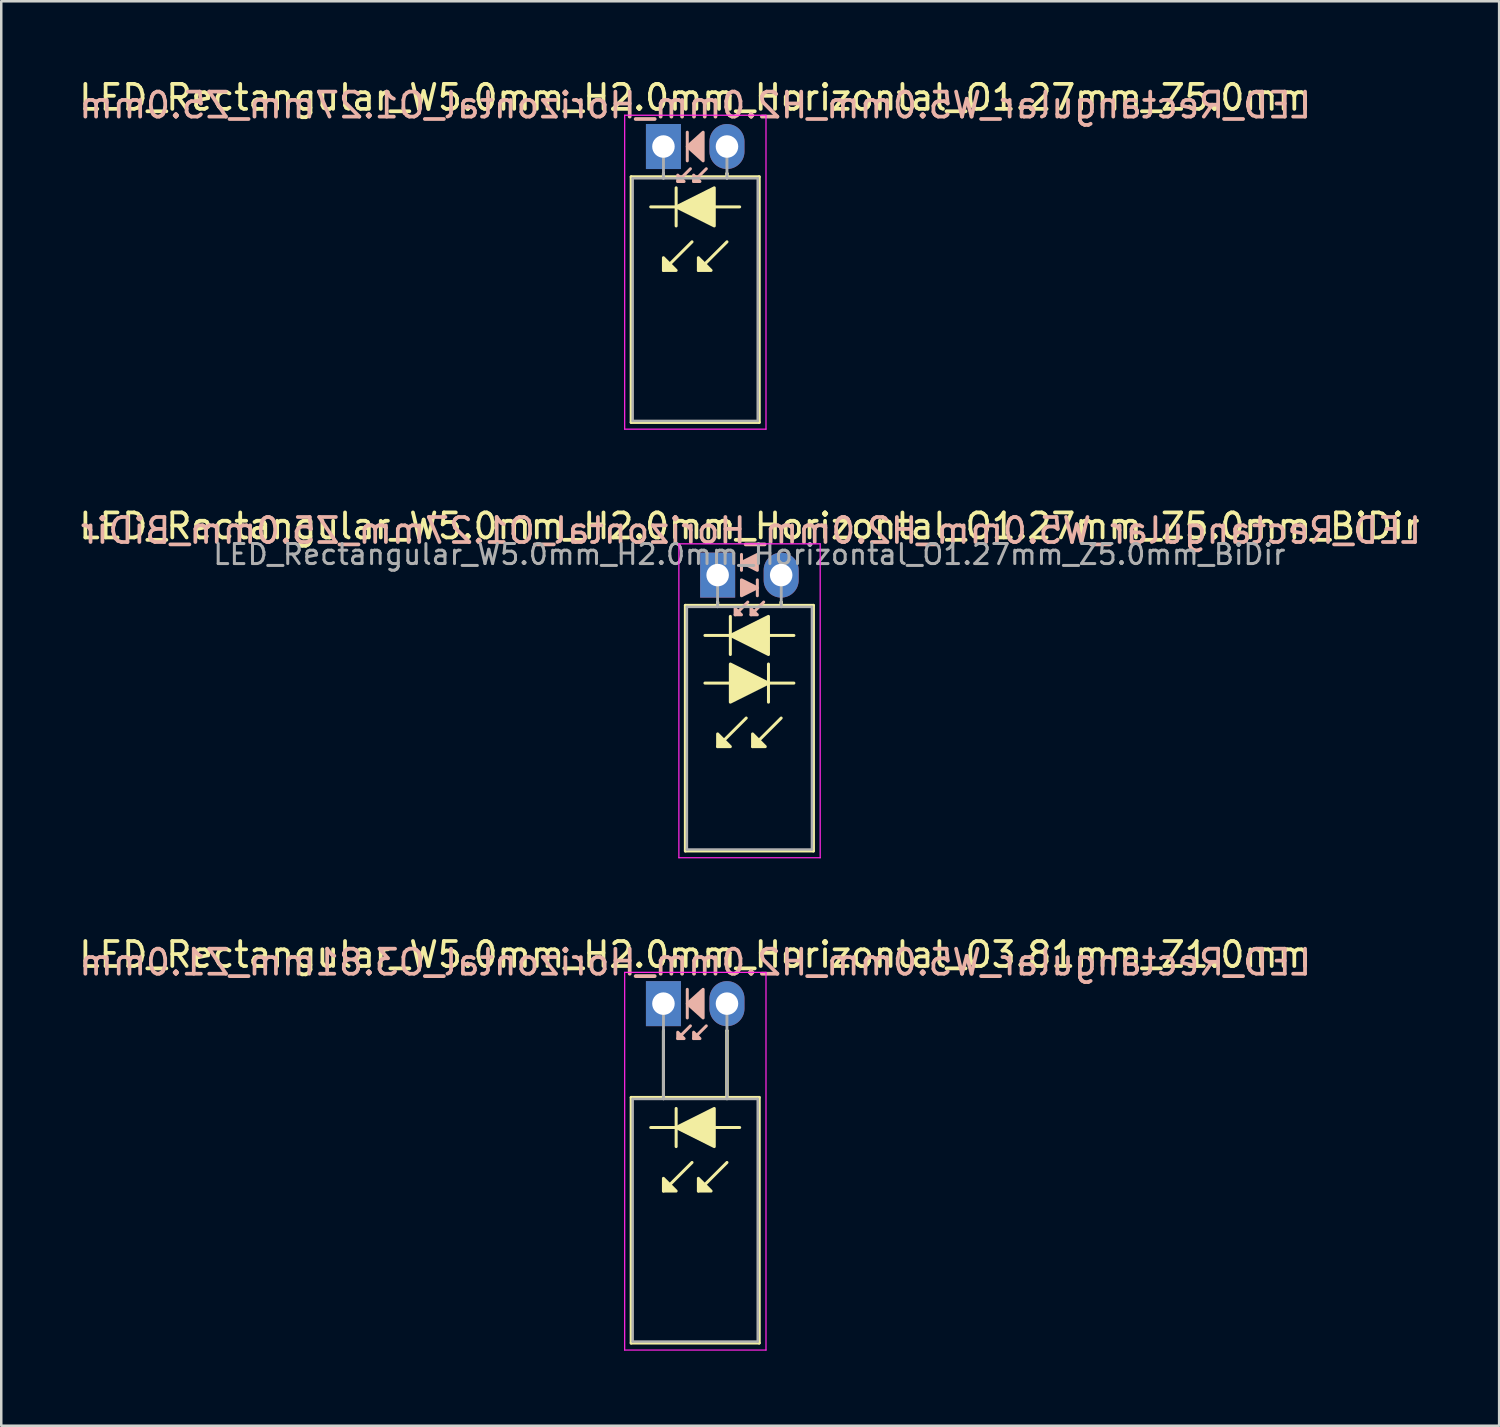
<source format=kicad_pcb>
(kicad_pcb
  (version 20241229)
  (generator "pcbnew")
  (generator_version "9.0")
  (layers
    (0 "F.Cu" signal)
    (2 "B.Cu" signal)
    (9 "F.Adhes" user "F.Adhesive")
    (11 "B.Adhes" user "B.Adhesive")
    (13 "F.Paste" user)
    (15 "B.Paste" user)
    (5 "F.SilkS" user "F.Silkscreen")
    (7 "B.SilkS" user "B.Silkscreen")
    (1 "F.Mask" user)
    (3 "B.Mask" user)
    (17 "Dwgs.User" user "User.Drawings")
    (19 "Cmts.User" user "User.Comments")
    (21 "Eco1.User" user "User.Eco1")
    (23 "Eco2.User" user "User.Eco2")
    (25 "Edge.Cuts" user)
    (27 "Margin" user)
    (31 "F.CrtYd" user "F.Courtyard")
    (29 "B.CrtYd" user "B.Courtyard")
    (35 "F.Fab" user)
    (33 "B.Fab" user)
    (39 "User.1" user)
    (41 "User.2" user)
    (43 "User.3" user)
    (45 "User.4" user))
  (footprint "LED_Rectangular_W5.0mm_H2.0mm_Horizontal_O1.27mm_Z5.0mm"
    (layer "F.Cu")
    (at 23.474 2.808)
    (property "Reference" "LED_Rectangular_W5.0mm_H2.0mm_Horizontal_O1.27mm_Z5.0mm" (at 1.27 -1.96 0) (layer "F.SilkS") (effects (font (size 1 1) (thickness 0.15))))
    (fp_line (start -1.29 1.21) (end -1.29 11.03) (stroke (width 0.12) (type solid)) (layer "F.SilkS"))
    (fp_line (start -1.29 11.03) (end 3.83 11.03) (stroke (width 0.12) (type solid)) (layer "F.SilkS"))
    (fp_line (start 0 1.08) (end 0 1.08) (stroke (width 0.12) (type solid)) (layer "F.SilkS"))
    (fp_line (start 0 1.08) (end 0 1.21) (stroke (width 0.12) (type solid)) (layer "F.SilkS"))
    (fp_line (start 0 1.21) (end 0 1.08) (stroke (width 0.12) (type solid)) (layer "F.SilkS"))
    (fp_line (start 0 1.21) (end 0 1.21) (stroke (width 0.12) (type solid)) (layer "F.SilkS"))
    (fp_line (start 0.508 1.651) (end 0.508 3.175) (stroke (width 0.12) (type solid)) (layer "F.SilkS"))
    (fp_line (start 0.508 2.413) (end -0.508 2.413) (stroke (width 0.12) (type solid)) (layer "F.SilkS"))
    (fp_line (start 1.143 3.81) (end 0 4.953) (stroke (width 0.12) (type solid)) (layer "F.SilkS"))
    (fp_line (start 2.54 1.08) (end 2.54 1.08) (stroke (width 0.12) (type solid)) (layer "F.SilkS"))
    (fp_line (start 2.54 1.08) (end 2.54 1.21) (stroke (width 0.12) (type solid)) (layer "F.SilkS"))
    (fp_line (start 2.54 1.21) (end 2.54 1.08) (stroke (width 0.12) (type solid)) (layer "F.SilkS"))
    (fp_line (start 2.54 1.21) (end 2.54 1.21) (stroke (width 0.12) (type solid)) (layer "F.SilkS"))
    (fp_line (start 2.54 3.81) (end 1.397 4.953) (stroke (width 0.12) (type solid)) (layer "F.SilkS"))
    (fp_line (start 3.048 2.413) (end 2.032 2.413) (stroke (width 0.12) (type solid)) (layer "F.SilkS"))
    (fp_line (start 3.83 1.21) (end -1.29 1.21) (stroke (width 0.12) (type solid)) (layer "F.SilkS"))
    (fp_line (start 3.83 11.03) (end 3.83 1.21) (stroke (width 0.12) (type solid)) (layer "F.SilkS"))
    (fp_poly (pts (xy 0 4.445) (xy 0.508 4.953) (xy 0 4.953)) (stroke (width 0.12) (type solid)) (fill yes) (layer "F.SilkS"))
    (fp_poly (pts (xy 1.397 4.445) (xy 1.905 4.953) (xy 1.397 4.953)) (stroke (width 0.12) (type solid)) (fill yes) (layer "F.SilkS"))
    (fp_poly (pts (xy 2.032 3.175) (xy 0.508 2.413) (xy 2.032 1.651)) (stroke (width 0.12) (type solid)) (fill yes) (layer "F.SilkS"))
    (fp_line (start 0.953 -0.572) (end 0.953 0.572) (stroke (width 0.12) (type solid)) (layer "B.SilkS"))
    (fp_line (start 1.079 0.889) (end 0.572 1.397) (stroke (width 0.12) (type solid)) (layer "B.SilkS"))
    (fp_line (start 1.714 0.889) (end 1.206 1.397) (stroke (width 0.12) (type solid)) (layer "B.SilkS"))
    (fp_poly (pts (xy 0.572 1.143) (xy 0.826 1.397) (xy 0.572 1.397)) (stroke (width 0.12) (type solid)) (fill yes) (layer "B.SilkS"))
    (fp_poly (pts (xy 1.206 1.143) (xy 1.46 1.397) (xy 1.206 1.397)) (stroke (width 0.12) (type solid)) (fill yes) (layer "B.SilkS"))
    (fp_poly (pts (xy 1.587 0.572) (xy 0.953 0) (xy 1.587 -0.572)) (stroke (width 0.12) (type solid)) (fill yes) (layer "B.SilkS"))
    (fp_line (start -1.55 -1.25) (end -1.55 11.3) (stroke (width 0.05) (type solid)) (layer "F.CrtYd"))
    (fp_line (start -1.55 11.3) (end 4.1 11.3) (stroke (width 0.05) (type solid)) (layer "F.CrtYd"))
    (fp_line (start 4.1 -1.25) (end -1.55 -1.25) (stroke (width 0.05) (type solid)) (layer "F.CrtYd"))
    (fp_line (start 4.1 11.3) (end 4.1 -1.25) (stroke (width 0.05) (type solid)) (layer "F.CrtYd"))
    (fp_line (start -1.23 1.27) (end -1.23 10.97) (stroke (width 0.1) (type solid)) (layer "F.Fab"))
    (fp_line (start -1.23 10.97) (end 3.77 10.97) (stroke (width 0.1) (type solid)) (layer "F.Fab"))
    (fp_line (start 0 0) (end 0 0) (stroke (width 0.1) (type solid)) (layer "F.Fab"))
    (fp_line (start 0 0) (end 0 1.27) (stroke (width 0.1) (type solid)) (layer "F.Fab"))
    (fp_line (start 0 1.27) (end 0 0) (stroke (width 0.1) (type solid)) (layer "F.Fab"))
    (fp_line (start 0 1.27) (end 0 1.27) (stroke (width 0.1) (type solid)) (layer "F.Fab"))
    (fp_line (start 2.54 0) (end 2.54 0) (stroke (width 0.1) (type solid)) (layer "F.Fab"))
    (fp_line (start 2.54 0) (end 2.54 1.27) (stroke (width 0.1) (type solid)) (layer "F.Fab"))
    (fp_line (start 2.54 1.27) (end 2.54 0) (stroke (width 0.1) (type solid)) (layer "F.Fab"))
    (fp_line (start 2.54 1.27) (end 2.54 1.27) (stroke (width 0.1) (type solid)) (layer "F.Fab"))
    (fp_line (start 3.77 1.27) (end -1.23 1.27) (stroke (width 0.1) (type solid)) (layer "F.Fab"))
    (fp_line (start 3.77 10.97) (end 3.77 1.27) (stroke (width 0.1) (type solid)) (layer "F.Fab"))
    (fp_text user "${REFERENCE}" (at 1.27 -1.651 0) (layer "B.SilkS") (effects (font (size 1 1) (thickness 0.15)) (justify mirror)))
    (pad "1" thru_hole rect (at 0 0) (size 1.4 1.8) (drill 0.9) (layers "*.Cu" "*.Mask"))
    (pad "2" thru_hole oval (at 2.54 0) (size 1.4 1.8) (drill 0.9) (layers "*.Cu" "*.Mask")))
  (footprint "LED_Rectangular_W5.0mm_H2.0mm_Horizontal_O1.27mm_Z5.0mm_BiDir"
    (layer "F.Cu")
    (at 25.641 19.942)
    (property "Reference" "LED_Rectangular_W5.0mm_H2.0mm_Horizontal_O1.27mm_Z5.0mm_BiDir" (at 1.27 -1.96 0) (layer "F.SilkS") (effects (font (size 1 1) (thickness 0.15))))
    (fp_line (start -1.29 1.21) (end -1.29 11.03) (stroke (width 0.12) (type solid)) (layer "F.SilkS"))
    (fp_line (start -1.29 11.03) (end 3.83 11.03) (stroke (width 0.12) (type solid)) (layer "F.SilkS"))
    (fp_line (start -0.508 4.318) (end 0.508 4.318) (stroke (width 0.12) (type solid)) (layer "F.SilkS"))
    (fp_line (start 0 1.08) (end 0 1.08) (stroke (width 0.12) (type solid)) (layer "F.SilkS"))
    (fp_line (start 0 1.08) (end 0 1.21) (stroke (width 0.12) (type solid)) (layer "F.SilkS"))
    (fp_line (start 0 1.21) (end 0 1.08) (stroke (width 0.12) (type solid)) (layer "F.SilkS"))
    (fp_line (start 0 1.21) (end 0 1.21) (stroke (width 0.12) (type solid)) (layer "F.SilkS"))
    (fp_line (start 0.508 1.651) (end 0.508 3.175) (stroke (width 0.12) (type solid)) (layer "F.SilkS"))
    (fp_line (start 0.508 2.413) (end -0.508 2.413) (stroke (width 0.12) (type solid)) (layer "F.SilkS"))
    (fp_line (start 1.143 5.715) (end 0 6.858) (stroke (width 0.12) (type solid)) (layer "F.SilkS"))
    (fp_line (start 2.032 4.318) (end 3.048 4.318) (stroke (width 0.12) (type solid)) (layer "F.SilkS"))
    (fp_line (start 2.032 5.08) (end 2.032 3.556) (stroke (width 0.12) (type solid)) (layer "F.SilkS"))
    (fp_line (start 2.54 1.08) (end 2.54 1.08) (stroke (width 0.12) (type solid)) (layer "F.SilkS"))
    (fp_line (start 2.54 1.08) (end 2.54 1.21) (stroke (width 0.12) (type solid)) (layer "F.SilkS"))
    (fp_line (start 2.54 1.21) (end 2.54 1.08) (stroke (width 0.12) (type solid)) (layer "F.SilkS"))
    (fp_line (start 2.54 1.21) (end 2.54 1.21) (stroke (width 0.12) (type solid)) (layer "F.SilkS"))
    (fp_line (start 2.54 5.715) (end 1.397 6.858) (stroke (width 0.12) (type solid)) (layer "F.SilkS"))
    (fp_line (start 3.048 2.413) (end 2.032 2.413) (stroke (width 0.12) (type solid)) (layer "F.SilkS"))
    (fp_line (start 3.83 1.21) (end -1.29 1.21) (stroke (width 0.12) (type solid)) (layer "F.SilkS"))
    (fp_line (start 3.83 11.03) (end 3.83 1.21) (stroke (width 0.12) (type solid)) (layer "F.SilkS"))
    (fp_poly (pts (xy 0 6.35) (xy 0.508 6.858) (xy 0 6.858)) (stroke (width 0.12) (type solid)) (fill yes) (layer "F.SilkS"))
    (fp_poly (pts (xy 0.508 3.556) (xy 2.032 4.318) (xy 0.508 5.08)) (stroke (width 0.12) (type solid)) (fill yes) (layer "F.SilkS"))
    (fp_poly (pts (xy 1.397 6.35) (xy 1.905 6.858) (xy 1.397 6.858)) (stroke (width 0.12) (type solid)) (fill yes) (layer "F.SilkS"))
    (fp_poly (pts (xy 2.032 3.175) (xy 0.508 2.413) (xy 2.032 1.651)) (stroke (width 0.12) (type solid)) (fill yes) (layer "F.SilkS"))
    (fp_line (start 0.953 -0.826) (end 0.953 -0.191) (stroke (width 0.12) (type solid)) (layer "B.SilkS"))
    (fp_line (start 1.206 1.079) (end 0.699 1.587) (stroke (width 0.12) (type solid)) (layer "B.SilkS"))
    (fp_line (start 1.587 0.826) (end 1.587 0.191) (stroke (width 0.12) (type solid)) (layer "B.SilkS"))
    (fp_line (start 1.841 1.079) (end 1.333 1.587) (stroke (width 0.12) (type solid)) (layer "B.SilkS"))
    (fp_poly (pts (xy 0.699 1.333) (xy 0.953 1.587) (xy 0.699 1.587)) (stroke (width 0.12) (type solid)) (fill yes) (layer "B.SilkS"))
    (fp_poly (pts (xy 0.953 0.191) (xy 1.587 0.508) (xy 0.953 0.826)) (stroke (width 0.12) (type solid)) (fill yes) (layer "B.SilkS"))
    (fp_poly (pts (xy 1.333 1.333) (xy 1.587 1.587) (xy 1.333 1.587)) (stroke (width 0.12) (type solid)) (fill yes) (layer "B.SilkS"))
    (fp_poly (pts (xy 1.587 -0.191) (xy 0.953 -0.508) (xy 1.587 -0.826)) (stroke (width 0.12) (type solid)) (fill yes) (layer "B.SilkS"))
    (fp_line (start -1.55 -1.25) (end -1.55 11.3) (stroke (width 0.05) (type solid)) (layer "F.CrtYd"))
    (fp_line (start -1.55 11.3) (end 4.1 11.3) (stroke (width 0.05) (type solid)) (layer "F.CrtYd"))
    (fp_line (start 4.1 -1.25) (end -1.55 -1.25) (stroke (width 0.05) (type solid)) (layer "F.CrtYd"))
    (fp_line (start 4.1 11.3) (end 4.1 -1.25) (stroke (width 0.05) (type solid)) (layer "F.CrtYd"))
    (fp_line (start -1.23 1.27) (end -1.23 10.97) (stroke (width 0.1) (type solid)) (layer "F.Fab"))
    (fp_line (start -1.23 10.97) (end 3.77 10.97) (stroke (width 0.1) (type solid)) (layer "F.Fab"))
    (fp_line (start 0 0) (end 0 0) (stroke (width 0.1) (type solid)) (layer "F.Fab"))
    (fp_line (start 0 0) (end 0 1.27) (stroke (width 0.1) (type solid)) (layer "F.Fab"))
    (fp_line (start 0 1.27) (end 0 0) (stroke (width 0.1) (type solid)) (layer "F.Fab"))
    (fp_line (start 0 1.27) (end 0 1.27) (stroke (width 0.1) (type solid)) (layer "F.Fab"))
    (fp_line (start 2.54 0) (end 2.54 0) (stroke (width 0.1) (type solid)) (layer "F.Fab"))
    (fp_line (start 2.54 0) (end 2.54 1.27) (stroke (width 0.1) (type solid)) (layer "F.Fab"))
    (fp_line (start 2.54 1.27) (end 2.54 0) (stroke (width 0.1) (type solid)) (layer "F.Fab"))
    (fp_line (start 2.54 1.27) (end 2.54 1.27) (stroke (width 0.1) (type solid)) (layer "F.Fab"))
    (fp_line (start 3.77 1.27) (end -1.23 1.27) (stroke (width 0.1) (type solid)) (layer "F.Fab"))
    (fp_line (start 3.77 10.97) (end 3.77 1.27) (stroke (width 0.1) (type solid)) (layer "F.Fab"))
    (fp_text user "${REFERENCE}" (at 1.333 -1.778 0) (layer "B.SilkS") (effects (font (size 1 1) (thickness 0.15)) (justify mirror)))
    (fp_text user "${REFERENCE}" (at 1.27 -0.826 0) (layer "F.Fab") (effects (font (size 0.8 0.8) (thickness 0.12))))
    (pad "1" thru_hole rect (at 0 0) (size 1.4 1.8) (drill 0.9) (layers "*.Cu" "*.Mask"))
    (pad "2" thru_hole oval (at 2.54 0) (size 1.4 1.8) (drill 0.9) (layers "*.Cu" "*.Mask")))
  (footprint "LED_Rectangular_W5.0mm_H2.0mm_Horizontal_O3.81mm_Z1.0mm"
    (layer "F.Cu")
    (at 23.474 37.075)
    (property "Reference" "LED_Rectangular_W5.0mm_H2.0mm_Horizontal_O3.81mm_Z1.0mm" (at 1.27 -1.96 0) (layer "F.SilkS") (effects (font (size 1 1) (thickness 0.15))))
    (fp_line (start -1.29 3.75) (end -1.29 13.57) (stroke (width 0.12) (type solid)) (layer "F.SilkS"))
    (fp_line (start -1.29 13.57) (end 3.83 13.57) (stroke (width 0.12) (type solid)) (layer "F.SilkS"))
    (fp_line (start 0 1.08) (end 0 1.08) (stroke (width 0.12) (type solid)) (layer "F.SilkS"))
    (fp_line (start 0 1.08) (end 0 3.75) (stroke (width 0.12) (type solid)) (layer "F.SilkS"))
    (fp_line (start 0 3.75) (end 0 1.08) (stroke (width 0.12) (type solid)) (layer "F.SilkS"))
    (fp_line (start 0 3.75) (end 0 3.75) (stroke (width 0.12) (type solid)) (layer "F.SilkS"))
    (fp_line (start 0.508 4.191) (end 0.508 5.715) (stroke (width 0.12) (type solid)) (layer "F.SilkS"))
    (fp_line (start 0.508 4.953) (end -0.508 4.953) (stroke (width 0.12) (type solid)) (layer "F.SilkS"))
    (fp_line (start 1.143 6.35) (end 0 7.493) (stroke (width 0.12) (type solid)) (layer "F.SilkS"))
    (fp_line (start 2.54 1.08) (end 2.54 1.08) (stroke (width 0.12) (type solid)) (layer "F.SilkS"))
    (fp_line (start 2.54 1.08) (end 2.54 3.75) (stroke (width 0.12) (type solid)) (layer "F.SilkS"))
    (fp_line (start 2.54 3.75) (end 2.54 1.08) (stroke (width 0.12) (type solid)) (layer "F.SilkS"))
    (fp_line (start 2.54 3.75) (end 2.54 3.75) (stroke (width 0.12) (type solid)) (layer "F.SilkS"))
    (fp_line (start 2.54 6.35) (end 1.397 7.493) (stroke (width 0.12) (type solid)) (layer "F.SilkS"))
    (fp_line (start 3.048 4.953) (end 2.032 4.953) (stroke (width 0.12) (type solid)) (layer "F.SilkS"))
    (fp_line (start 3.83 3.75) (end -1.29 3.75) (stroke (width 0.12) (type solid)) (layer "F.SilkS"))
    (fp_line (start 3.83 13.57) (end 3.83 3.75) (stroke (width 0.12) (type solid)) (layer "F.SilkS"))
    (fp_poly (pts (xy 0 6.985) (xy 0.508 7.493) (xy 0 7.493)) (stroke (width 0.12) (type solid)) (fill yes) (layer "F.SilkS"))
    (fp_poly (pts (xy 1.397 6.985) (xy 1.905 7.493) (xy 1.397 7.493)) (stroke (width 0.12) (type solid)) (fill yes) (layer "F.SilkS"))
    (fp_poly (pts (xy 2.032 5.715) (xy 0.508 4.953) (xy 2.032 4.191)) (stroke (width 0.12) (type solid)) (fill yes) (layer "F.SilkS"))
    (fp_line (start 0.953 -0.572) (end 0.953 0.572) (stroke (width 0.12) (type solid)) (layer "B.SilkS"))
    (fp_line (start 1.079 0.889) (end 0.572 1.397) (stroke (width 0.12) (type solid)) (layer "B.SilkS"))
    (fp_line (start 1.714 0.889) (end 1.206 1.397) (stroke (width 0.12) (type solid)) (layer "B.SilkS"))
    (fp_poly (pts (xy 0.572 1.143) (xy 0.826 1.397) (xy 0.572 1.397)) (stroke (width 0.12) (type solid)) (fill yes) (layer "B.SilkS"))
    (fp_poly (pts (xy 1.206 1.143) (xy 1.46 1.397) (xy 1.206 1.397)) (stroke (width 0.12) (type solid)) (fill yes) (layer "B.SilkS"))
    (fp_poly (pts (xy 1.587 0.572) (xy 0.953 0) (xy 1.587 -0.572)) (stroke (width 0.12) (type solid)) (fill yes) (layer "B.SilkS"))
    (fp_line (start -1.55 -1.25) (end -1.55 13.85) (stroke (width 0.05) (type solid)) (layer "F.CrtYd"))
    (fp_line (start -1.55 13.85) (end 4.1 13.85) (stroke (width 0.05) (type solid)) (layer "F.CrtYd"))
    (fp_line (start 4.1 -1.25) (end -1.55 -1.25) (stroke (width 0.05) (type solid)) (layer "F.CrtYd"))
    (fp_line (start 4.1 13.85) (end 4.1 -1.25) (stroke (width 0.05) (type solid)) (layer "F.CrtYd"))
    (fp_line (start -1.23 3.81) (end -1.23 13.51) (stroke (width 0.1) (type solid)) (layer "F.Fab"))
    (fp_line (start -1.23 13.51) (end 3.77 13.51) (stroke (width 0.1) (type solid)) (layer "F.Fab"))
    (fp_line (start 0 0) (end 0 0) (stroke (width 0.1) (type solid)) (layer "F.Fab"))
    (fp_line (start 0 0) (end 0 3.81) (stroke (width 0.1) (type solid)) (layer "F.Fab"))
    (fp_line (start 0 3.81) (end 0 0) (stroke (width 0.1) (type solid)) (layer "F.Fab"))
    (fp_line (start 0 3.81) (end 0 3.81) (stroke (width 0.1) (type solid)) (layer "F.Fab"))
    (fp_line (start 2.54 0) (end 2.54 0) (stroke (width 0.1) (type solid)) (layer "F.Fab"))
    (fp_line (start 2.54 0) (end 2.54 3.81) (stroke (width 0.1) (type solid)) (layer "F.Fab"))
    (fp_line (start 2.54 3.81) (end 2.54 0) (stroke (width 0.1) (type solid)) (layer "F.Fab"))
    (fp_line (start 2.54 3.81) (end 2.54 3.81) (stroke (width 0.1) (type solid)) (layer "F.Fab"))
    (fp_line (start 3.77 3.81) (end -1.23 3.81) (stroke (width 0.1) (type solid)) (layer "F.Fab"))
    (fp_line (start 3.77 13.51) (end 3.77 3.81) (stroke (width 0.1) (type solid)) (layer "F.Fab"))
    (fp_text user "${REFERENCE}" (at 1.27 -1.651 0) (layer "B.SilkS") (effects (font (size 1 1) (thickness 0.15)) (justify mirror)))
    (pad "1" thru_hole rect (at 0 0) (size 1.4 1.8) (drill 0.9) (layers "*.Cu" "*.Mask"))
    (pad "2" thru_hole oval (at 2.54 0) (size 1.4 1.8) (drill 0.9) (layers "*.Cu" "*.Mask")))
  (gr_rect
    (start -3 -3)
    (end 56.885 53.95)
    (stroke (width 0.1) (type default))
    (fill no)
    (layer "Edge.Cuts")))
</source>
